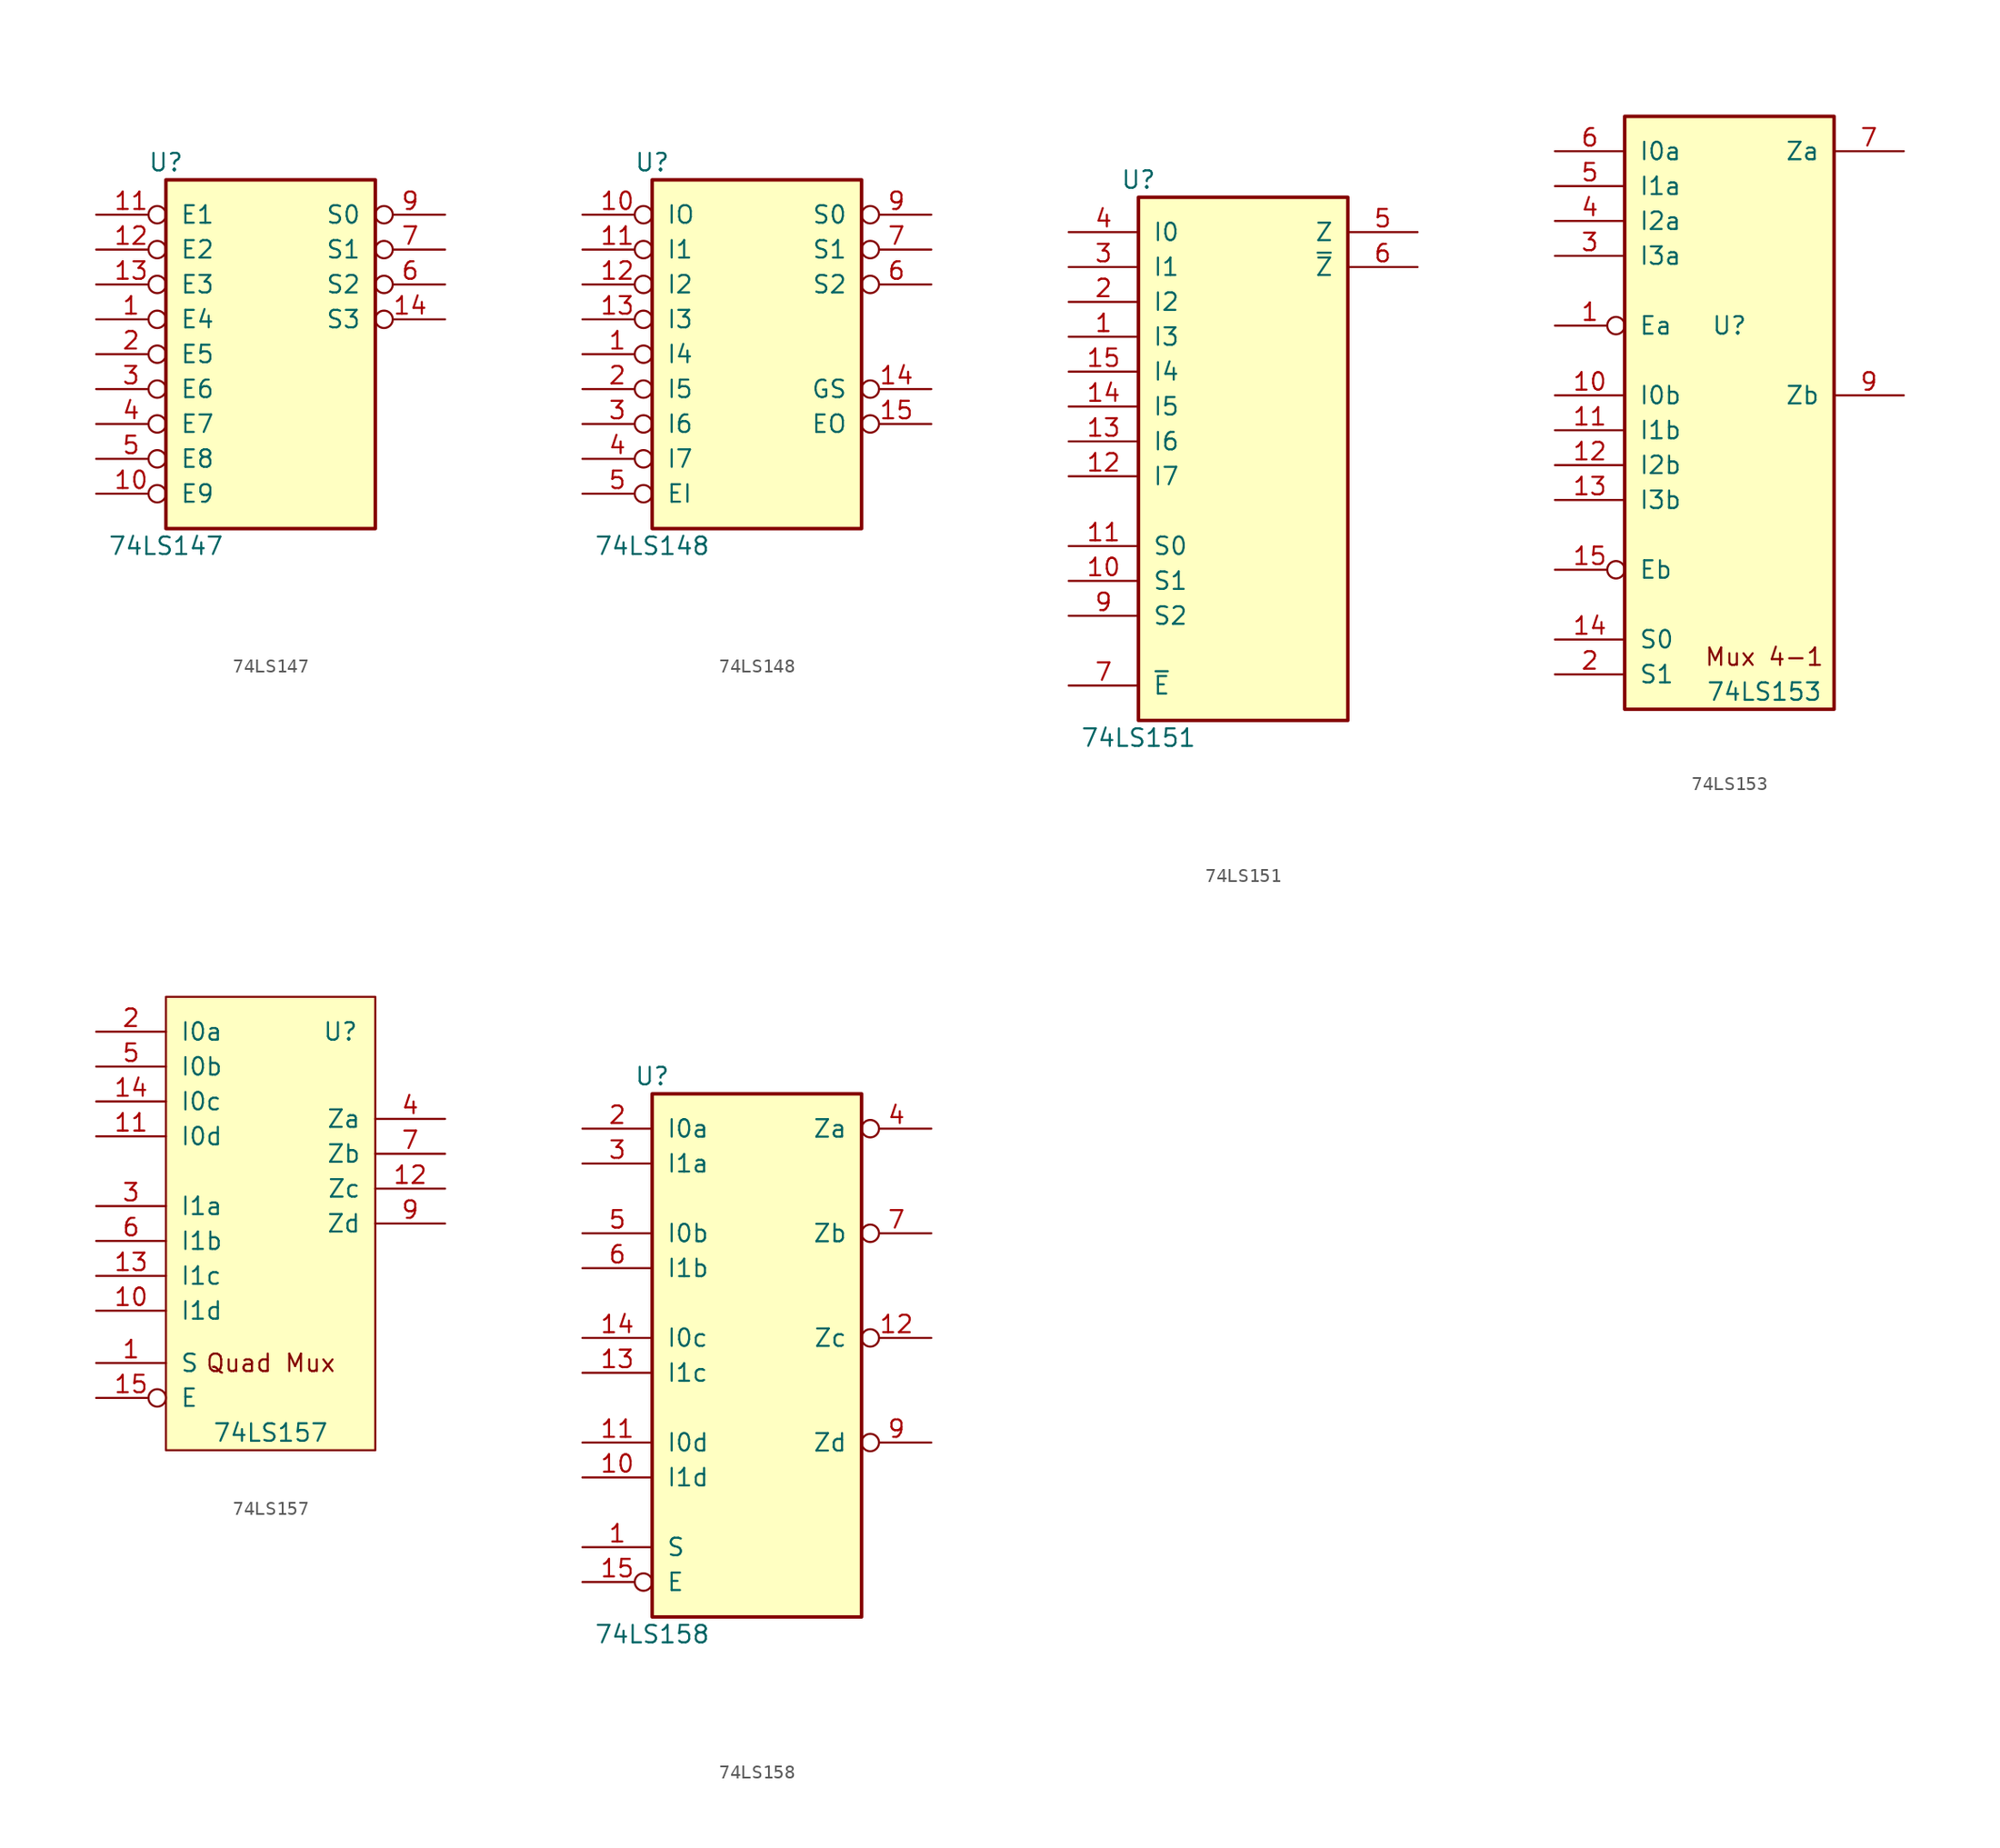
<source format=kicad_sym>
(kicad_symbol_lib
  (version 20211014)
  (generator kicad_symbol_editor)
  (symbol "74LS147"
    (pin_names
      (offset 1.016))
    (property "Reference" "U"
      (at -7.62 13.97 0)
      (effects (font (size 1.27 1.27))))
    (property "Value" "74LS147"
      (at -7.62 -13.97 0)
      (effects (font (size 1.27 1.27))))
    (property "ki_locked" ""
      (at 0 0 0)
      (effects (font (size 1.27 1.27))))
    (symbol "74LS147_1_0"
      (pin input inverted (at -12.7 2.54 0) (length 5.08) (name "E4" (effects (font (size 1.27 1.27)))) (number "1" (effects (font (size 1.27 1.27)))))
      (pin input inverted (at -12.7 -10.16 0) (length 5.08) (name "E9" (effects (font (size 1.27 1.27)))) (number "10" (effects (font (size 1.27 1.27)))))
      (pin input inverted (at -12.7 10.16 0) (length 5.08) (name "E1" (effects (font (size 1.27 1.27)))) (number "11" (effects (font (size 1.27 1.27)))))
      (pin input inverted (at -12.7 7.62 0) (length 5.08) (name "E2" (effects (font (size 1.27 1.27)))) (number "12" (effects (font (size 1.27 1.27)))))
      (pin input inverted (at -12.7 5.08 0) (length 5.08) (name "E3" (effects (font (size 1.27 1.27)))) (number "13" (effects (font (size 1.27 1.27)))))
      (pin output inverted (at 12.7 2.54 180) (length 5.08) (name "S3" (effects (font (size 1.27 1.27)))) (number "14" (effects (font (size 1.27 1.27)))))
      (pin input line (at 0 17.78 270) (length 5.08) hide (name "VCC" (effects (font (size 1.27 1.27)))) (number "16" (effects (font (size 1.27 1.27)))))
      (pin input inverted (at -12.7 0 0) (length 5.08) (name "E5" (effects (font (size 1.27 1.27)))) (number "2" (effects (font (size 1.27 1.27)))))
      (pin input inverted (at -12.7 -2.54 0) (length 5.08) (name "E6" (effects (font (size 1.27 1.27)))) (number "3" (effects (font (size 1.27 1.27)))))
      (pin input inverted (at -12.7 -5.08 0) (length 5.08) (name "E7" (effects (font (size 1.27 1.27)))) (number "4" (effects (font (size 1.27 1.27)))))
      (pin input inverted (at -12.7 -7.62 0) (length 5.08) (name "E8" (effects (font (size 1.27 1.27)))) (number "5" (effects (font (size 1.27 1.27)))))
      (pin output inverted (at 12.7 5.08 180) (length 5.08) (name "S2" (effects (font (size 1.27 1.27)))) (number "6" (effects (font (size 1.27 1.27)))))
      (pin output inverted (at 12.7 7.62 180) (length 5.08) (name "S1" (effects (font (size 1.27 1.27)))) (number "7" (effects (font (size 1.27 1.27)))))
      (pin input line (at 0 -17.78 90) (length 5.08) hide (name "GND" (effects (font (size 1.27 1.27)))) (number "8" (effects (font (size 1.27 1.27)))))
      (pin output inverted (at 12.7 10.16 180) (length 5.08) (name "S0" (effects (font (size 1.27 1.27)))) (number "9" (effects (font (size 1.27 1.27))))))
    (symbol "74LS147_1_1"
      (rectangle (start -7.62 12.7) (end 7.62 -12.7) (stroke (width 0.254) (type default) (color 0 0 0 0)) (fill (type background)))))
  (symbol "74LS148"
    (pin_names
      (offset 1.016))
    (property "Reference" "U"
      (at -7.62 13.97 0)
      (effects (font (size 1.27 1.27))))
    (property "Value" "74LS148"
      (at -7.62 -13.97 0)
      (effects (font (size 1.27 1.27))))
    (property "ki_locked" ""
      (at 0 0 0)
      (effects (font (size 1.27 1.27))))
    (symbol "74LS148_1_0"
      (pin input inverted (at -12.7 0 0) (length 5.08) (name "I4" (effects (font (size 1.27 1.27)))) (number "1" (effects (font (size 1.27 1.27)))))
      (pin input inverted (at -12.7 10.16 0) (length 5.08) (name "IO" (effects (font (size 1.27 1.27)))) (number "10" (effects (font (size 1.27 1.27)))))
      (pin input inverted (at -12.7 7.62 0) (length 5.08) (name "I1" (effects (font (size 1.27 1.27)))) (number "11" (effects (font (size 1.27 1.27)))))
      (pin input inverted (at -12.7 5.08 0) (length 5.08) (name "I2" (effects (font (size 1.27 1.27)))) (number "12" (effects (font (size 1.27 1.27)))))
      (pin input inverted (at -12.7 2.54 0) (length 5.08) (name "I3" (effects (font (size 1.27 1.27)))) (number "13" (effects (font (size 1.27 1.27)))))
      (pin output inverted (at 12.7 -2.54 180) (length 5.08) (name "GS" (effects (font (size 1.27 1.27)))) (number "14" (effects (font (size 1.27 1.27)))))
      (pin output inverted (at 12.7 -5.08 180) (length 5.08) (name "EO" (effects (font (size 1.27 1.27)))) (number "15" (effects (font (size 1.27 1.27)))))
      (pin input line (at 0 17.78 270) (length 5.08) hide (name "VCC" (effects (font (size 1.27 1.27)))) (number "16" (effects (font (size 1.27 1.27)))))
      (pin input inverted (at -12.7 -2.54 0) (length 5.08) (name "I5" (effects (font (size 1.27 1.27)))) (number "2" (effects (font (size 1.27 1.27)))))
      (pin input inverted (at -12.7 -5.08 0) (length 5.08) (name "I6" (effects (font (size 1.27 1.27)))) (number "3" (effects (font (size 1.27 1.27)))))
      (pin input inverted (at -12.7 -7.62 0) (length 5.08) (name "I7" (effects (font (size 1.27 1.27)))) (number "4" (effects (font (size 1.27 1.27)))))
      (pin input inverted (at -12.7 -10.16 0) (length 5.08) (name "EI" (effects (font (size 1.27 1.27)))) (number "5" (effects (font (size 1.27 1.27)))))
      (pin output inverted (at 12.7 5.08 180) (length 5.08) (name "S2" (effects (font (size 1.27 1.27)))) (number "6" (effects (font (size 1.27 1.27)))))
      (pin output inverted (at 12.7 7.62 180) (length 5.08) (name "S1" (effects (font (size 1.27 1.27)))) (number "7" (effects (font (size 1.27 1.27)))))
      (pin input line (at 0 -17.78 90) (length 5.08) hide (name "GND" (effects (font (size 1.27 1.27)))) (number "8" (effects (font (size 1.27 1.27)))))
      (pin output inverted (at 12.7 10.16 180) (length 5.08) (name "S0" (effects (font (size 1.27 1.27)))) (number "9" (effects (font (size 1.27 1.27))))))
    (symbol "74LS148_1_1"
      (rectangle (start -7.62 12.7) (end 7.62 -12.7) (stroke (width 0.254) (type default) (color 0 0 0 0)) (fill (type background)))))
  (symbol "74LS151"
    (pin_names
      (offset 1.016))
    (property "Reference" "U"
      (at -7.62 19.05 0)
      (effects (font (size 1.27 1.27))))
    (property "Value" "74LS151"
      (at -7.62 -21.59 0)
      (effects (font (size 1.27 1.27))))
    (property "ki_locked" ""
      (at 0 0 0)
      (effects (font (size 1.27 1.27))))
    (symbol "74LS151_1_0"
      (pin input line (at -12.7 7.62 0) (length 5.08) (name "I3" (effects (font (size 1.27 1.27)))) (number "1" (effects (font (size 1.27 1.27)))))
      (pin input line (at -12.7 -10.16 0) (length 5.08) (name "S1" (effects (font (size 1.27 1.27)))) (number "10" (effects (font (size 1.27 1.27)))))
      (pin input line (at -12.7 -7.62 0) (length 5.08) (name "S0" (effects (font (size 1.27 1.27)))) (number "11" (effects (font (size 1.27 1.27)))))
      (pin input line (at -12.7 -2.54 0) (length 5.08) (name "I7" (effects (font (size 1.27 1.27)))) (number "12" (effects (font (size 1.27 1.27)))))
      (pin input line (at -12.7 0 0) (length 5.08) (name "I6" (effects (font (size 1.27 1.27)))) (number "13" (effects (font (size 1.27 1.27)))))
      (pin input line (at -12.7 2.54 0) (length 5.08) (name "I5" (effects (font (size 1.27 1.27)))) (number "14" (effects (font (size 1.27 1.27)))))
      (pin input line (at -12.7 5.08 0) (length 5.08) (name "I4" (effects (font (size 1.27 1.27)))) (number "15" (effects (font (size 1.27 1.27)))))
      (pin input line (at 0 22.86 270) (length 5.08) hide (name "VCC" (effects (font (size 1.27 1.27)))) (number "16" (effects (font (size 1.27 1.27)))))
      (pin input line (at -12.7 10.16 0) (length 5.08) (name "I2" (effects (font (size 1.27 1.27)))) (number "2" (effects (font (size 1.27 1.27)))))
      (pin input line (at -12.7 12.7 0) (length 5.08) (name "I1" (effects (font (size 1.27 1.27)))) (number "3" (effects (font (size 1.27 1.27)))))
      (pin input line (at -12.7 15.24 0) (length 5.08) (name "I0" (effects (font (size 1.27 1.27)))) (number "4" (effects (font (size 1.27 1.27)))))
      (pin output line (at 12.7 15.24 180) (length 5.08) (name "Z" (effects (font (size 1.27 1.27)))) (number "5" (effects (font (size 1.27 1.27)))))
      (pin output line (at 12.7 12.7 180) (length 5.08) (name "~{Z}" (effects (font (size 1.27 1.27)))) (number "6" (effects (font (size 1.27 1.27)))))
      (pin input line (at -12.7 -17.78 0) (length 5.08) (name "~{E}" (effects (font (size 1.27 1.27)))) (number "7" (effects (font (size 1.27 1.27)))))
      (pin input line (at 0 -25.4 90) (length 5.08) hide (name "GND" (effects (font (size 1.27 1.27)))) (number "8" (effects (font (size 1.27 1.27)))))
      (pin input line (at -12.7 -12.7 0) (length 5.08) (name "S2" (effects (font (size 1.27 1.27)))) (number "9" (effects (font (size 1.27 1.27))))))
    (symbol "74LS151_1_1"
      (rectangle (start -7.62 17.78) (end 7.62 -20.32) (stroke (width 0.254) (type default) (color 0 0 0 0)) (fill (type background)))))
  (symbol "74LS153"
    (pin_names
      (offset 1.016))
    (property "Reference" "U"
      (at 0 5.08 0)
      (effects (font (size 1.27 1.27))))
    (property "Value" "74LS153"
      (at 2.54 -21.59 0)
      (effects (font (size 1.27 1.27))))
    (property "ki_locked" ""
      (at 0 0 0)
      (effects (font (size 1.27 1.27))))
    (symbol "74LS153_0_0"
      (text "Mux 4-1" (at 2.54 -19.05 0) (effects (font (size 1.27 1.27)))))
    (symbol "74LS153_1_0"
      (pin input inverted (at -12.7 5.08 0) (length 5.08) (name "Ea" (effects (font (size 1.27 1.27)))) (number "1" (effects (font (size 1.27 1.27)))))
      (pin input line (at -12.7 0 0) (length 5.08) (name "I0b" (effects (font (size 1.27 1.27)))) (number "10" (effects (font (size 1.27 1.27)))))
      (pin input line (at -12.7 -2.54 0) (length 5.08) (name "I1b" (effects (font (size 1.27 1.27)))) (number "11" (effects (font (size 1.27 1.27)))))
      (pin input line (at -12.7 -5.08 0) (length 5.08) (name "I2b" (effects (font (size 1.27 1.27)))) (number "12" (effects (font (size 1.27 1.27)))))
      (pin input line (at -12.7 -7.62 0) (length 5.08) (name "I3b" (effects (font (size 1.27 1.27)))) (number "13" (effects (font (size 1.27 1.27)))))
      (pin input line (at -12.7 -17.78 0) (length 5.08) (name "S0" (effects (font (size 1.27 1.27)))) (number "14" (effects (font (size 1.27 1.27)))))
      (pin input inverted (at -12.7 -12.7 0) (length 5.08) (name "Eb" (effects (font (size 1.27 1.27)))) (number "15" (effects (font (size 1.27 1.27)))))
      (pin input line (at -12.7 -20.32 0) (length 5.08) (name "S1" (effects (font (size 1.27 1.27)))) (number "2" (effects (font (size 1.27 1.27)))))
      (pin input line (at -12.7 10.16 0) (length 5.08) (name "I3a" (effects (font (size 1.27 1.27)))) (number "3" (effects (font (size 1.27 1.27)))))
      (pin input line (at -12.7 12.7 0) (length 5.08) (name "I2a" (effects (font (size 1.27 1.27)))) (number "4" (effects (font (size 1.27 1.27)))))
      (pin input line (at -12.7 15.24 0) (length 5.08) (name "I1a" (effects (font (size 1.27 1.27)))) (number "5" (effects (font (size 1.27 1.27)))))
      (pin input line (at -12.7 17.78 0) (length 5.08) (name "I0a" (effects (font (size 1.27 1.27)))) (number "6" (effects (font (size 1.27 1.27)))))
      (pin output line (at 12.7 17.78 180) (length 5.08) (name "Za" (effects (font (size 1.27 1.27)))) (number "7" (effects (font (size 1.27 1.27)))))
      (pin output line (at 12.7 0 180) (length 5.08) (name "Zb" (effects (font (size 1.27 1.27)))) (number "9" (effects (font (size 1.27 1.27))))))
    (symbol "74LS153_1_1"
      (rectangle (start -7.62 20.32) (end 7.62 -22.86) (stroke (width 0.254) (type default) (color 0 0 0 0)) (fill (type background)))))
  (symbol "74LS157"
    (pin_names
      (offset 1.016))
    (property "Reference" "U"
      (at 5.08 12.7 0)
      (effects (font (size 1.27 1.27))))
    (property "Value" "74LS157"
      (at 0 -16.51 0)
      (effects (font (size 1.27 1.27))))
    (property "ki_locked" ""
      (at 0 0 0)
      (effects (font (size 1.27 1.27))))
    (symbol "74LS157_0_0"
      (text "Quad Mux" (at 0 -11.43 0) (effects (font (size 1.27 1.27)))))
    (symbol "74LS157_1_0"
      (pin input line (at -12.7 -11.43 0) (length 5.08) (name "S" (effects (font (size 1.27 1.27)))) (number "1" (effects (font (size 1.27 1.27)))))
      (pin input line (at -12.7 -7.62 0) (length 5.08) (name "I1d" (effects (font (size 1.27 1.27)))) (number "10" (effects (font (size 1.27 1.27)))))
      (pin input line (at -12.7 5.08 0) (length 5.08) (name "I0d" (effects (font (size 1.27 1.27)))) (number "11" (effects (font (size 1.27 1.27)))))
      (pin output line (at 12.7 1.27 180) (length 5.08) (name "Zc" (effects (font (size 1.27 1.27)))) (number "12" (effects (font (size 1.27 1.27)))))
      (pin input line (at -12.7 -5.08 0) (length 5.08) (name "I1c" (effects (font (size 1.27 1.27)))) (number "13" (effects (font (size 1.27 1.27)))))
      (pin input line (at -12.7 7.62 0) (length 5.08) (name "I0c" (effects (font (size 1.27 1.27)))) (number "14" (effects (font (size 1.27 1.27)))))
      (pin input inverted (at -12.7 -13.97 0) (length 5.08) (name "E" (effects (font (size 1.27 1.27)))) (number "15" (effects (font (size 1.27 1.27)))))
      (pin input line (at -12.7 12.7 0) (length 5.08) (name "I0a" (effects (font (size 1.27 1.27)))) (number "2" (effects (font (size 1.27 1.27)))))
      (pin input line (at -12.7 0 0) (length 5.08) (name "I1a" (effects (font (size 1.27 1.27)))) (number "3" (effects (font (size 1.27 1.27)))))
      (pin output line (at 12.7 6.35 180) (length 5.08) (name "Za" (effects (font (size 1.27 1.27)))) (number "4" (effects (font (size 1.27 1.27)))))
      (pin input line (at -12.7 10.16 0) (length 5.08) (name "I0b" (effects (font (size 1.27 1.27)))) (number "5" (effects (font (size 1.27 1.27)))))
      (pin input line (at -12.7 -2.54 0) (length 5.08) (name "I1b" (effects (font (size 1.27 1.27)))) (number "6" (effects (font (size 1.27 1.27)))))
      (pin output line (at 12.7 3.81 180) (length 5.08) (name "Zb" (effects (font (size 1.27 1.27)))) (number "7" (effects (font (size 1.27 1.27)))))
      (pin output line (at 12.7 -1.27 180) (length 5.08) (name "Zd" (effects (font (size 1.27 1.27)))) (number "9" (effects (font (size 1.27 1.27))))))
    (symbol "74LS157_1_1"
      (rectangle (start -7.62 15.24) (end 7.62 -17.78) (stroke (width 0) (type default) (color 0 0 0 0)) (fill (type background)))))
  (symbol "74LS158"
    (pin_names
      (offset 1.016))
    (property "Reference" "U"
      (at -7.62 19.05 0)
      (effects (font (size 1.27 1.27))))
    (property "Value" "74LS158"
      (at -7.62 -21.59 0)
      (effects (font (size 1.27 1.27))))
    (property "ki_locked" ""
      (at 0 0 0)
      (effects (font (size 1.27 1.27))))
    (symbol "74LS158_1_0"
      (pin input line (at -12.7 -15.24 0) (length 5.08) (name "S" (effects (font (size 1.27 1.27)))) (number "1" (effects (font (size 1.27 1.27)))))
      (pin input line (at -12.7 -10.16 0) (length 5.08) (name "I1d" (effects (font (size 1.27 1.27)))) (number "10" (effects (font (size 1.27 1.27)))))
      (pin input line (at -12.7 -7.62 0) (length 5.08) (name "I0d" (effects (font (size 1.27 1.27)))) (number "11" (effects (font (size 1.27 1.27)))))
      (pin output inverted (at 12.7 0 180) (length 5.08) (name "Zc" (effects (font (size 1.27 1.27)))) (number "12" (effects (font (size 1.27 1.27)))))
      (pin input line (at -12.7 -2.54 0) (length 5.08) (name "I1c" (effects (font (size 1.27 1.27)))) (number "13" (effects (font (size 1.27 1.27)))))
      (pin input line (at -12.7 0 0) (length 5.08) (name "I0c" (effects (font (size 1.27 1.27)))) (number "14" (effects (font (size 1.27 1.27)))))
      (pin input inverted (at -12.7 -17.78 0) (length 5.08) (name "E" (effects (font (size 1.27 1.27)))) (number "15" (effects (font (size 1.27 1.27)))))
      (pin input line (at 0 22.86 270) (length 5.08) hide (name "VCC" (effects (font (size 1.27 1.27)))) (number "16" (effects (font (size 1.27 1.27)))))
      (pin input line (at -12.7 15.24 0) (length 5.08) (name "I0a" (effects (font (size 1.27 1.27)))) (number "2" (effects (font (size 1.27 1.27)))))
      (pin input line (at -12.7 12.7 0) (length 5.08) (name "I1a" (effects (font (size 1.27 1.27)))) (number "3" (effects (font (size 1.27 1.27)))))
      (pin output inverted (at 12.7 15.24 180) (length 5.08) (name "Za" (effects (font (size 1.27 1.27)))) (number "4" (effects (font (size 1.27 1.27)))))
      (pin input line (at -12.7 7.62 0) (length 5.08) (name "I0b" (effects (font (size 1.27 1.27)))) (number "5" (effects (font (size 1.27 1.27)))))
      (pin input line (at -12.7 5.08 0) (length 5.08) (name "I1b" (effects (font (size 1.27 1.27)))) (number "6" (effects (font (size 1.27 1.27)))))
      (pin output inverted (at 12.7 7.62 180) (length 5.08) (name "Zb" (effects (font (size 1.27 1.27)))) (number "7" (effects (font (size 1.27 1.27)))))
      (pin input line (at 0 -25.4 90) (length 5.08) hide (name "GND" (effects (font (size 1.27 1.27)))) (number "8" (effects (font (size 1.27 1.27)))))
      (pin output inverted (at 12.7 -7.62 180) (length 5.08) (name "Zd" (effects (font (size 1.27 1.27)))) (number "9" (effects (font (size 1.27 1.27))))))
    (symbol "74LS158_1_1"
      (rectangle (start -7.62 17.78) (end 7.62 -20.32) (stroke (width 0.254) (type default) (color 0 0 0 0)) (fill (type background))))))
</source>
